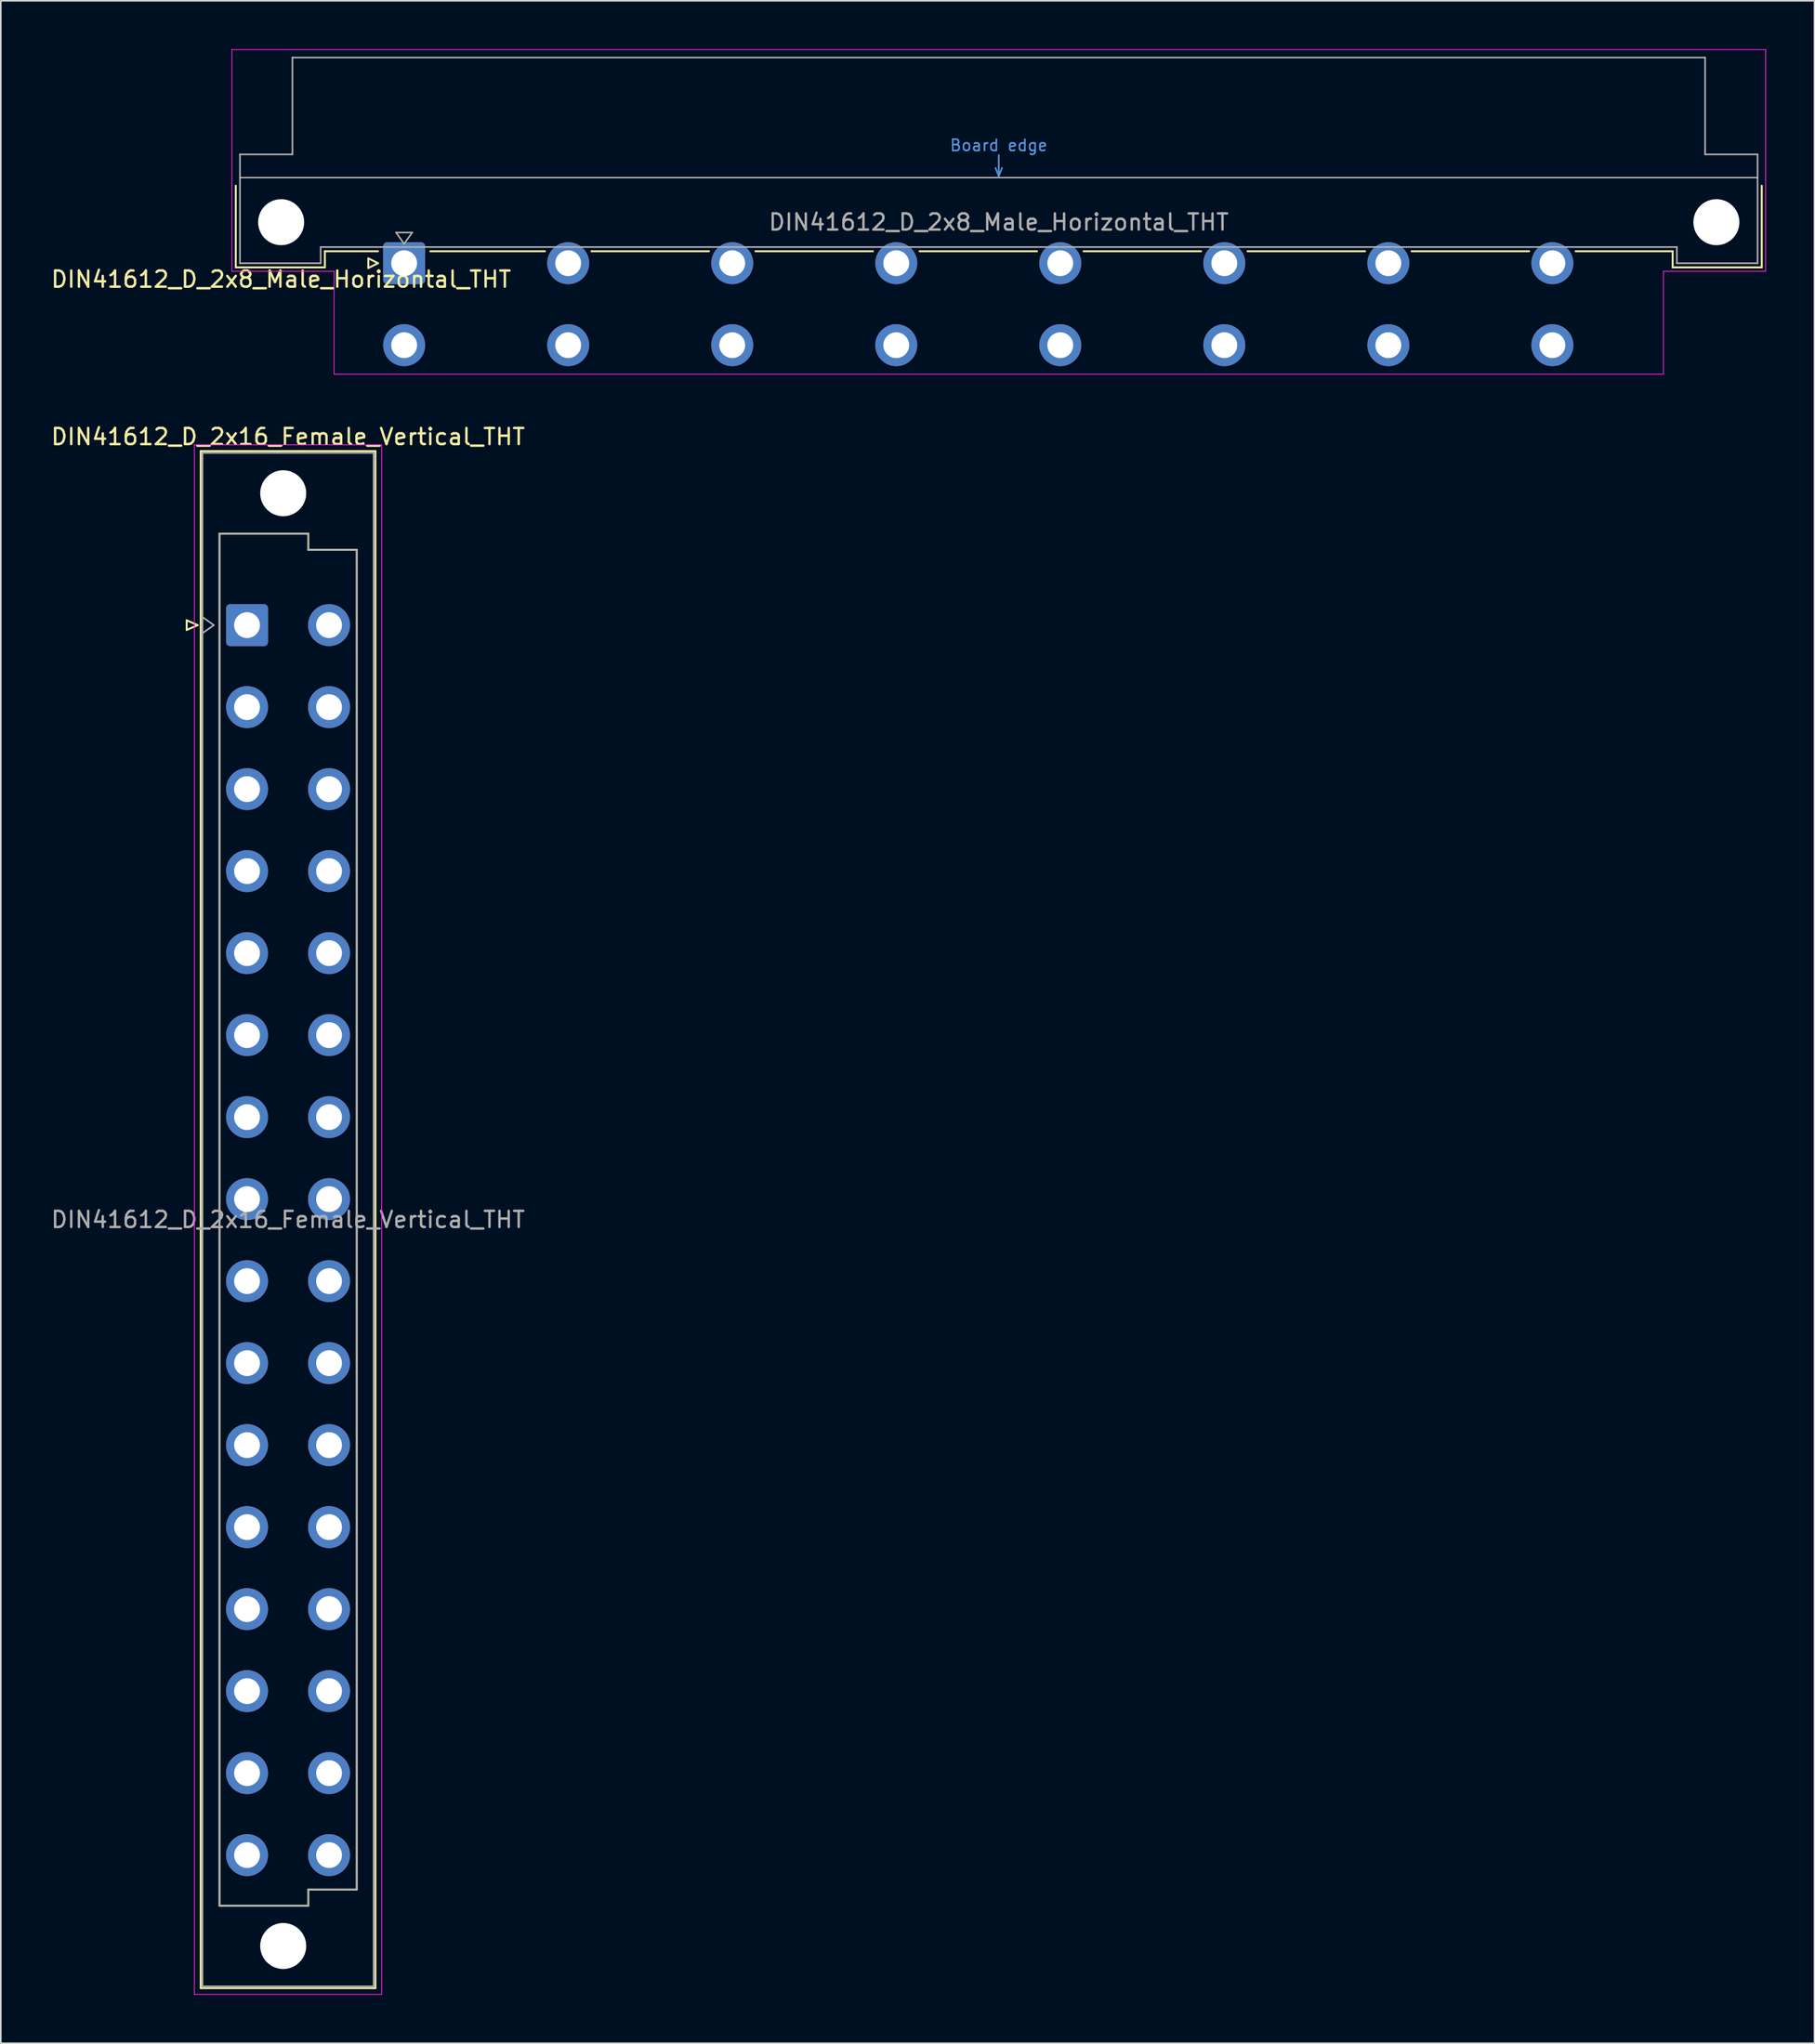
<source format=kicad_pcb>
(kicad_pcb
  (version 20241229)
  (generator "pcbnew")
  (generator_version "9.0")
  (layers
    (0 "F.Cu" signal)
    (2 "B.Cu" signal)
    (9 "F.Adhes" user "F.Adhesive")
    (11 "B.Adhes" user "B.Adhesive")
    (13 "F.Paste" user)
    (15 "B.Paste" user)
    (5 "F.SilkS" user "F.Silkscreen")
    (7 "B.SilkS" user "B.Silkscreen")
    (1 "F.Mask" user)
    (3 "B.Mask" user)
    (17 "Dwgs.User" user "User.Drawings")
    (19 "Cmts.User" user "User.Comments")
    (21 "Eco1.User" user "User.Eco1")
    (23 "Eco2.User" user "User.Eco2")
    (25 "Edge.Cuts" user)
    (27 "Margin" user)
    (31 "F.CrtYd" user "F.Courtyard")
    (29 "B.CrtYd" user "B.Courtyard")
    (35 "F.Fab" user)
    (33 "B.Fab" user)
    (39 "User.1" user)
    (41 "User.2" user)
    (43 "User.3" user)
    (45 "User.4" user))
  (footprint "DIN41612_D_2x8_Male_Horizontal_THT"
    (layer "F.Cu")
    (at 19.443 13.255)
    (property "Reference" "DIN41612_D_2x8_Male_Horizontal_THT" (at -5.08 1 0) (layer "F.SilkS") (effects (font (size 1 1) (thickness 0.15))))
    (attr through_hole)
    (fp_line (start -7.89 -4.8) (end -7.89 0.26) (stroke (width 0.12) (type solid)) (layer "F.SilkS"))
    (fp_line (start -7.89 0.26) (end -2.37 0.26) (stroke (width 0.12) (type solid)) (layer "F.SilkS"))
    (fp_line (start -2.37 -0.74) (end 0.92 -0.74) (stroke (width 0.12) (type solid)) (layer "F.SilkS"))
    (fp_line (start -2.37 0.26) (end -2.37 -0.74) (stroke (width 0.12) (type solid)) (layer "F.SilkS"))
    (fp_line (start 0.32 -0.3) (end 0.32 0.3) (stroke (width 0.12) (type solid)) (layer "F.SilkS"))
    (fp_line (start 0.32 0.3) (end 0.92 0) (stroke (width 0.12) (type solid)) (layer "F.SilkS"))
    (fp_line (start 0.92 0) (end 0.32 -0.3) (stroke (width 0.12) (type solid)) (layer "F.SilkS"))
    (fp_line (start 4.16 -0.74) (end 11.259 -0.74) (stroke (width 0.12) (type solid)) (layer "F.SilkS"))
    (fp_line (start 14.141 -0.74) (end 21.419 -0.74) (stroke (width 0.12) (type solid)) (layer "F.SilkS"))
    (fp_line (start 24.301 -0.74) (end 31.579 -0.74) (stroke (width 0.12) (type solid)) (layer "F.SilkS"))
    (fp_line (start 34.461 -0.74) (end 41.739 -0.74) (stroke (width 0.12) (type solid)) (layer "F.SilkS"))
    (fp_line (start 44.621 -0.74) (end 51.899 -0.74) (stroke (width 0.12) (type solid)) (layer "F.SilkS"))
    (fp_line (start 54.781 -0.74) (end 62.059 -0.74) (stroke (width 0.12) (type solid)) (layer "F.SilkS"))
    (fp_line (start 64.941 -0.74) (end 72.219 -0.74) (stroke (width 0.12) (type solid)) (layer "F.SilkS"))
    (fp_line (start 75.101 -0.74) (end 81.11 -0.74) (stroke (width 0.12) (type solid)) (layer "F.SilkS"))
    (fp_line (start 81.11 0.26) (end 81.11 -0.74) (stroke (width 0.12) (type solid)) (layer "F.SilkS"))
    (fp_line (start 86.63 -4.8) (end 86.63 0.26) (stroke (width 0.12) (type solid)) (layer "F.SilkS"))
    (fp_line (start 86.63 0.26) (end 81.11 0.26) (stroke (width 0.12) (type solid)) (layer "F.SilkS"))
    (fp_line (start -7.63 -5.3) (end 86.37 -5.3) (stroke (width 0.08) (type solid)) (layer "Dwgs.User"))
    (fp_line (start 39.17 -5.9) (end 39.37 -5.4) (stroke (width 0.1) (type solid)) (layer "Cmts.User"))
    (fp_line (start 39.37 -5.4) (end 39.37 -6.7) (stroke (width 0.1) (type solid)) (layer "Cmts.User"))
    (fp_line (start 39.37 -5.4) (end 39.57 -5.9) (stroke (width 0.1) (type solid)) (layer "Cmts.User"))
    (fp_line (start -8.13 -13.23) (end -8.13 0.5) (stroke (width 0.05) (type solid)) (layer "F.CrtYd"))
    (fp_line (start -8.13 0.5) (end -1.8 0.5) (stroke (width 0.05) (type solid)) (layer "F.CrtYd"))
    (fp_line (start -1.8 0.5) (end -1.8 6.88) (stroke (width 0.05) (type solid)) (layer "F.CrtYd"))
    (fp_line (start -1.8 6.88) (end 80.54 6.88) (stroke (width 0.05) (type solid)) (layer "F.CrtYd"))
    (fp_line (start 80.54 0.5) (end 86.87 0.5) (stroke (width 0.05) (type solid)) (layer "F.CrtYd"))
    (fp_line (start 80.54 6.88) (end 80.54 0.5) (stroke (width 0.05) (type solid)) (layer "F.CrtYd"))
    (fp_line (start 86.87 -13.23) (end -8.13 -13.23) (stroke (width 0.05) (type solid)) (layer "F.CrtYd"))
    (fp_line (start 86.87 0.5) (end 86.87 -13.23) (stroke (width 0.05) (type solid)) (layer "F.CrtYd"))
    (fp_line (start -7.63 -6.74) (end -7.63 0) (stroke (width 0.1) (type solid)) (layer "F.Fab"))
    (fp_line (start -7.63 0) (end -2.63 0) (stroke (width 0.1) (type solid)) (layer "F.Fab"))
    (fp_line (start -4.38 -12.74) (end -4.38 -6.74) (stroke (width 0.1) (type solid)) (layer "F.Fab"))
    (fp_line (start -4.38 -6.74) (end -7.63 -6.74) (stroke (width 0.1) (type solid)) (layer "F.Fab"))
    (fp_line (start -2.63 -1) (end 81.37 -1) (stroke (width 0.1) (type solid)) (layer "F.Fab"))
    (fp_line (start -2.63 0) (end -2.63 -1) (stroke (width 0.1) (type solid)) (layer "F.Fab"))
    (fp_line (start 2.04 -1.9) (end 3.04 -1.9) (stroke (width 0.1) (type solid)) (layer "F.Fab"))
    (fp_line (start 2.54 -1.2) (end 2.04 -1.9) (stroke (width 0.1) (type solid)) (layer "F.Fab"))
    (fp_line (start 3.04 -1.9) (end 2.54 -1.2) (stroke (width 0.1) (type solid)) (layer "F.Fab"))
    (fp_line (start 81.37 -1) (end 81.37 0) (stroke (width 0.1) (type solid)) (layer "F.Fab"))
    (fp_line (start 81.37 0) (end 86.37 0) (stroke (width 0.1) (type solid)) (layer "F.Fab"))
    (fp_line (start 83.12 -12.74) (end -4.38 -12.74) (stroke (width 0.1) (type solid)) (layer "F.Fab"))
    (fp_line (start 83.12 -6.74) (end 83.12 -12.74) (stroke (width 0.1) (type solid)) (layer "F.Fab"))
    (fp_line (start 86.37 -6.74) (end 83.12 -6.74) (stroke (width 0.1) (type solid)) (layer "F.Fab"))
    (fp_line (start 86.37 0) (end 86.37 -6.74) (stroke (width 0.1) (type solid)) (layer "F.Fab"))
    (fp_text user "Board edge" (at 39.37 -7.3 0) (layer "Cmts.User") (effects (font (size 0.7 0.7) (thickness 0.1))))
    (fp_text user "${REFERENCE}" (at 39.37 -2.54 0) (layer "F.Fab") (effects (font (size 1 1) (thickness 0.15))))
    (pad "" np_thru_hole circle (at -5.08 -2.54) (size 2.85 2.85) (drill 2.85) (layers "*.Cu" "*.Mask"))
    (pad "" np_thru_hole circle (at 83.82 -2.54) (size 2.85 2.85) (drill 2.85) (layers "*.Cu" "*.Mask"))
    (pad "a2" thru_hole roundrect (at 2.54 0) (size 2.6 2.6) (drill 1.6) (layers "*.Cu" "*.Mask") (roundrect_rratio 0.096))
    (pad "a6" thru_hole circle (at 12.7 0) (size 2.6 2.6) (drill 1.6) (layers "*.Cu" "*.Mask"))
    (pad "a10" thru_hole circle (at 22.86 0) (size 2.6 2.6) (drill 1.6) (layers "*.Cu" "*.Mask"))
    (pad "a14" thru_hole circle (at 33.02 0) (size 2.6 2.6) (drill 1.6) (layers "*.Cu" "*.Mask"))
    (pad "a18" thru_hole circle (at 43.18 0) (size 2.6 2.6) (drill 1.6) (layers "*.Cu" "*.Mask"))
    (pad "a22" thru_hole circle (at 53.34 0) (size 2.6 2.6) (drill 1.6) (layers "*.Cu" "*.Mask"))
    (pad "a26" thru_hole circle (at 63.5 0) (size 2.6 2.6) (drill 1.6) (layers "*.Cu" "*.Mask"))
    (pad "a30" thru_hole circle (at 73.66 0) (size 2.6 2.6) (drill 1.6) (layers "*.Cu" "*.Mask"))
    (pad "c2" thru_hole circle (at 2.54 5.08) (size 2.6 2.6) (drill 1.6) (layers "*.Cu" "*.Mask"))
    (pad "c6" thru_hole circle (at 12.7 5.08) (size 2.6 2.6) (drill 1.6) (layers "*.Cu" "*.Mask"))
    (pad "c10" thru_hole circle (at 22.86 5.08) (size 2.6 2.6) (drill 1.6) (layers "*.Cu" "*.Mask"))
    (pad "c14" thru_hole circle (at 33.02 5.08) (size 2.6 2.6) (drill 1.6) (layers "*.Cu" "*.Mask"))
    (pad "c18" thru_hole circle (at 43.18 5.08) (size 2.6 2.6) (drill 1.6) (layers "*.Cu" "*.Mask"))
    (pad "c22" thru_hole circle (at 53.34 5.08) (size 2.6 2.6) (drill 1.6) (layers "*.Cu" "*.Mask"))
    (pad "c26" thru_hole circle (at 63.5 5.08) (size 2.6 2.6) (drill 1.6) (layers "*.Cu" "*.Mask"))
    (pad "c30" thru_hole circle (at 73.66 5.08) (size 2.6 2.6) (drill 1.6) (layers "*.Cu" "*.Mask")))
  (footprint "DIN41612_D_2x16_Female_Vertical_THT"
    (layer "F.Cu")
    (at 12.252 33.138)
    (property "Reference" "DIN41612_D_2x16_Female_Vertical_THT" (at 2.54 -9.13 0) (layer "F.SilkS") (effects (font (size 1 1) (thickness 0.15))))
    (attr through_hole)
    (fp_line (start -3.74 2.24) (end -3.74 2.84) (stroke (width 0.12) (type solid)) (layer "F.SilkS"))
    (fp_line (start -3.74 2.84) (end -3.06 2.54) (stroke (width 0.12) (type solid)) (layer "F.SilkS"))
    (fp_line (start -3.06 2.54) (end -3.74 2.24) (stroke (width 0.12) (type solid)) (layer "F.SilkS"))
    (fp_line (start -2.87 -8.24) (end 7.95 -8.24) (stroke (width 0.12) (type solid)) (layer "F.SilkS"))
    (fp_line (start -2.87 86.98) (end -2.87 -8.24) (stroke (width 0.12) (type solid)) (layer "F.SilkS"))
    (fp_line (start -1.71 -3.13) (end 3.79 -3.13) (stroke (width 0.12) (type solid)) (layer "F.SilkS"))
    (fp_line (start -1.71 81.87) (end -1.71 -3.13) (stroke (width 0.12) (type solid)) (layer "F.SilkS"))
    (fp_line (start 3.79 -3.13) (end 3.79 -2.13) (stroke (width 0.12) (type solid)) (layer "F.SilkS"))
    (fp_line (start 3.79 -2.13) (end 6.79 -2.13) (stroke (width 0.12) (type solid)) (layer "F.SilkS"))
    (fp_line (start 3.79 80.87) (end 3.79 81.87) (stroke (width 0.12) (type solid)) (layer "F.SilkS"))
    (fp_line (start 3.79 81.87) (end -1.71 81.87) (stroke (width 0.12) (type solid)) (layer "F.SilkS"))
    (fp_line (start 6.79 -2.13) (end 6.79 80.87) (stroke (width 0.12) (type solid)) (layer "F.SilkS"))
    (fp_line (start 6.79 80.87) (end 3.79 80.87) (stroke (width 0.12) (type solid)) (layer "F.SilkS"))
    (fp_line (start 7.95 -8.24) (end 7.95 86.98) (stroke (width 0.12) (type solid)) (layer "F.SilkS"))
    (fp_line (start 7.95 86.98) (end -2.87 86.98) (stroke (width 0.12) (type solid)) (layer "F.SilkS"))
    (fp_line (start -3.26 -8.63) (end 8.34 -8.63) (stroke (width 0.05) (type solid)) (layer "F.CrtYd"))
    (fp_line (start -3.26 87.37) (end -3.26 -8.63) (stroke (width 0.05) (type solid)) (layer "F.CrtYd"))
    (fp_line (start 8.34 -8.63) (end 8.34 87.37) (stroke (width 0.05) (type solid)) (layer "F.CrtYd"))
    (fp_line (start 8.34 87.37) (end -3.26 87.37) (stroke (width 0.05) (type solid)) (layer "F.CrtYd"))
    (fp_line (start -2.76 -8.13) (end 7.84 -8.13) (stroke (width 0.1) (type solid)) (layer "F.Fab"))
    (fp_line (start -2.76 2.04) (end -2.06 2.54) (stroke (width 0.1) (type solid)) (layer "F.Fab"))
    (fp_line (start -2.76 86.87) (end -2.76 -8.13) (stroke (width 0.1) (type solid)) (layer "F.Fab"))
    (fp_line (start -2.06 2.54) (end -2.76 3.04) (stroke (width 0.1) (type solid)) (layer "F.Fab"))
    (fp_line (start -1.71 -3.13) (end 3.79 -3.13) (stroke (width 0.1) (type solid)) (layer "F.Fab"))
    (fp_line (start -1.71 81.87) (end -1.71 -3.13) (stroke (width 0.1) (type solid)) (layer "F.Fab"))
    (fp_line (start 3.79 -3.13) (end 3.79 -2.13) (stroke (width 0.1) (type solid)) (layer "F.Fab"))
    (fp_line (start 3.79 -2.13) (end 6.79 -2.13) (stroke (width 0.1) (type solid)) (layer "F.Fab"))
    (fp_line (start 3.79 80.87) (end 3.79 81.87) (stroke (width 0.1) (type solid)) (layer "F.Fab"))
    (fp_line (start 3.79 81.87) (end -1.71 81.87) (stroke (width 0.1) (type solid)) (layer "F.Fab"))
    (fp_line (start 6.79 -2.13) (end 6.79 80.87) (stroke (width 0.1) (type solid)) (layer "F.Fab"))
    (fp_line (start 6.79 80.87) (end 3.79 80.87) (stroke (width 0.1) (type solid)) (layer "F.Fab"))
    (fp_line (start 7.84 -8.13) (end 7.84 86.87) (stroke (width 0.1) (type solid)) (layer "F.Fab"))
    (fp_line (start 7.84 86.87) (end -2.76 86.87) (stroke (width 0.1) (type solid)) (layer "F.Fab"))
    (fp_text user "${REFERENCE}" (at 2.54 39.37 0) (layer "F.Fab") (effects (font (size 1 1) (thickness 0.15))))
    (pad "" np_thru_hole circle (at 2.24 -5.63) (size 2.85 2.85) (drill 2.85) (layers "*.Cu" "*.Mask"))
    (pad "" np_thru_hole circle (at 2.24 84.37) (size 2.85 2.85) (drill 2.85) (layers "*.Cu" "*.Mask"))
    (pad "a2" thru_hole roundrect (at 0 2.54) (size 2.6 2.6) (drill 1.6) (layers "*.Cu" "*.Mask") (roundrect_rratio 0.096))
    (pad "a4" thru_hole circle (at 0 7.62) (size 2.6 2.6) (drill 1.6) (layers "*.Cu" "*.Mask"))
    (pad "a6" thru_hole circle (at 0 12.7) (size 2.6 2.6) (drill 1.6) (layers "*.Cu" "*.Mask"))
    (pad "a8" thru_hole circle (at 0 17.78) (size 2.6 2.6) (drill 1.6) (layers "*.Cu" "*.Mask"))
    (pad "a10" thru_hole circle (at 0 22.86) (size 2.6 2.6) (drill 1.6) (layers "*.Cu" "*.Mask"))
    (pad "a12" thru_hole circle (at 0 27.94) (size 2.6 2.6) (drill 1.6) (layers "*.Cu" "*.Mask"))
    (pad "a14" thru_hole circle (at 0 33.02) (size 2.6 2.6) (drill 1.6) (layers "*.Cu" "*.Mask"))
    (pad "a16" thru_hole circle (at 0 38.1) (size 2.6 2.6) (drill 1.6) (layers "*.Cu" "*.Mask"))
    (pad "a18" thru_hole circle (at 0 43.18) (size 2.6 2.6) (drill 1.6) (layers "*.Cu" "*.Mask"))
    (pad "a20" thru_hole circle (at 0 48.26) (size 2.6 2.6) (drill 1.6) (layers "*.Cu" "*.Mask"))
    (pad "a22" thru_hole circle (at 0 53.34) (size 2.6 2.6) (drill 1.6) (layers "*.Cu" "*.Mask"))
    (pad "a24" thru_hole circle (at 0 58.42) (size 2.6 2.6) (drill 1.6) (layers "*.Cu" "*.Mask"))
    (pad "a26" thru_hole circle (at 0 63.5) (size 2.6 2.6) (drill 1.6) (layers "*.Cu" "*.Mask"))
    (pad "a28" thru_hole circle (at 0 68.58) (size 2.6 2.6) (drill 1.6) (layers "*.Cu" "*.Mask"))
    (pad "a30" thru_hole circle (at 0 73.66) (size 2.6 2.6) (drill 1.6) (layers "*.Cu" "*.Mask"))
    (pad "a32" thru_hole circle (at 0 78.74) (size 2.6 2.6) (drill 1.6) (layers "*.Cu" "*.Mask"))
    (pad "c2" thru_hole circle (at 5.08 2.54) (size 2.6 2.6) (drill 1.6) (layers "*.Cu" "*.Mask"))
    (pad "c4" thru_hole circle (at 5.08 7.62) (size 2.6 2.6) (drill 1.6) (layers "*.Cu" "*.Mask"))
    (pad "c6" thru_hole circle (at 5.08 12.7) (size 2.6 2.6) (drill 1.6) (layers "*.Cu" "*.Mask"))
    (pad "c8" thru_hole circle (at 5.08 17.78) (size 2.6 2.6) (drill 1.6) (layers "*.Cu" "*.Mask"))
    (pad "c10" thru_hole circle (at 5.08 22.86) (size 2.6 2.6) (drill 1.6) (layers "*.Cu" "*.Mask"))
    (pad "c12" thru_hole circle (at 5.08 27.94) (size 2.6 2.6) (drill 1.6) (layers "*.Cu" "*.Mask"))
    (pad "c14" thru_hole circle (at 5.08 33.02) (size 2.6 2.6) (drill 1.6) (layers "*.Cu" "*.Mask"))
    (pad "c16" thru_hole circle (at 5.08 38.1) (size 2.6 2.6) (drill 1.6) (layers "*.Cu" "*.Mask"))
    (pad "c18" thru_hole circle (at 5.08 43.18) (size 2.6 2.6) (drill 1.6) (layers "*.Cu" "*.Mask"))
    (pad "c20" thru_hole circle (at 5.08 48.26) (size 2.6 2.6) (drill 1.6) (layers "*.Cu" "*.Mask"))
    (pad "c22" thru_hole circle (at 5.08 53.34) (size 2.6 2.6) (drill 1.6) (layers "*.Cu" "*.Mask"))
    (pad "c24" thru_hole circle (at 5.08 58.42) (size 2.6 2.6) (drill 1.6) (layers "*.Cu" "*.Mask"))
    (pad "c26" thru_hole circle (at 5.08 63.5) (size 2.6 2.6) (drill 1.6) (layers "*.Cu" "*.Mask"))
    (pad "c28" thru_hole circle (at 5.08 68.58) (size 2.6 2.6) (drill 1.6) (layers "*.Cu" "*.Mask"))
    (pad "c30" thru_hole circle (at 5.08 73.66) (size 2.6 2.6) (drill 1.6) (layers "*.Cu" "*.Mask"))
    (pad "c32" thru_hole circle (at 5.08 78.74) (size 2.6 2.6) (drill 1.6) (layers "*.Cu" "*.Mask")))
  (gr_rect
    (start -3 -3)
    (end 109.338 123.533)
    (stroke (width 0.1) (type default))
    (fill no)
    (layer "Edge.Cuts")))
</source>
